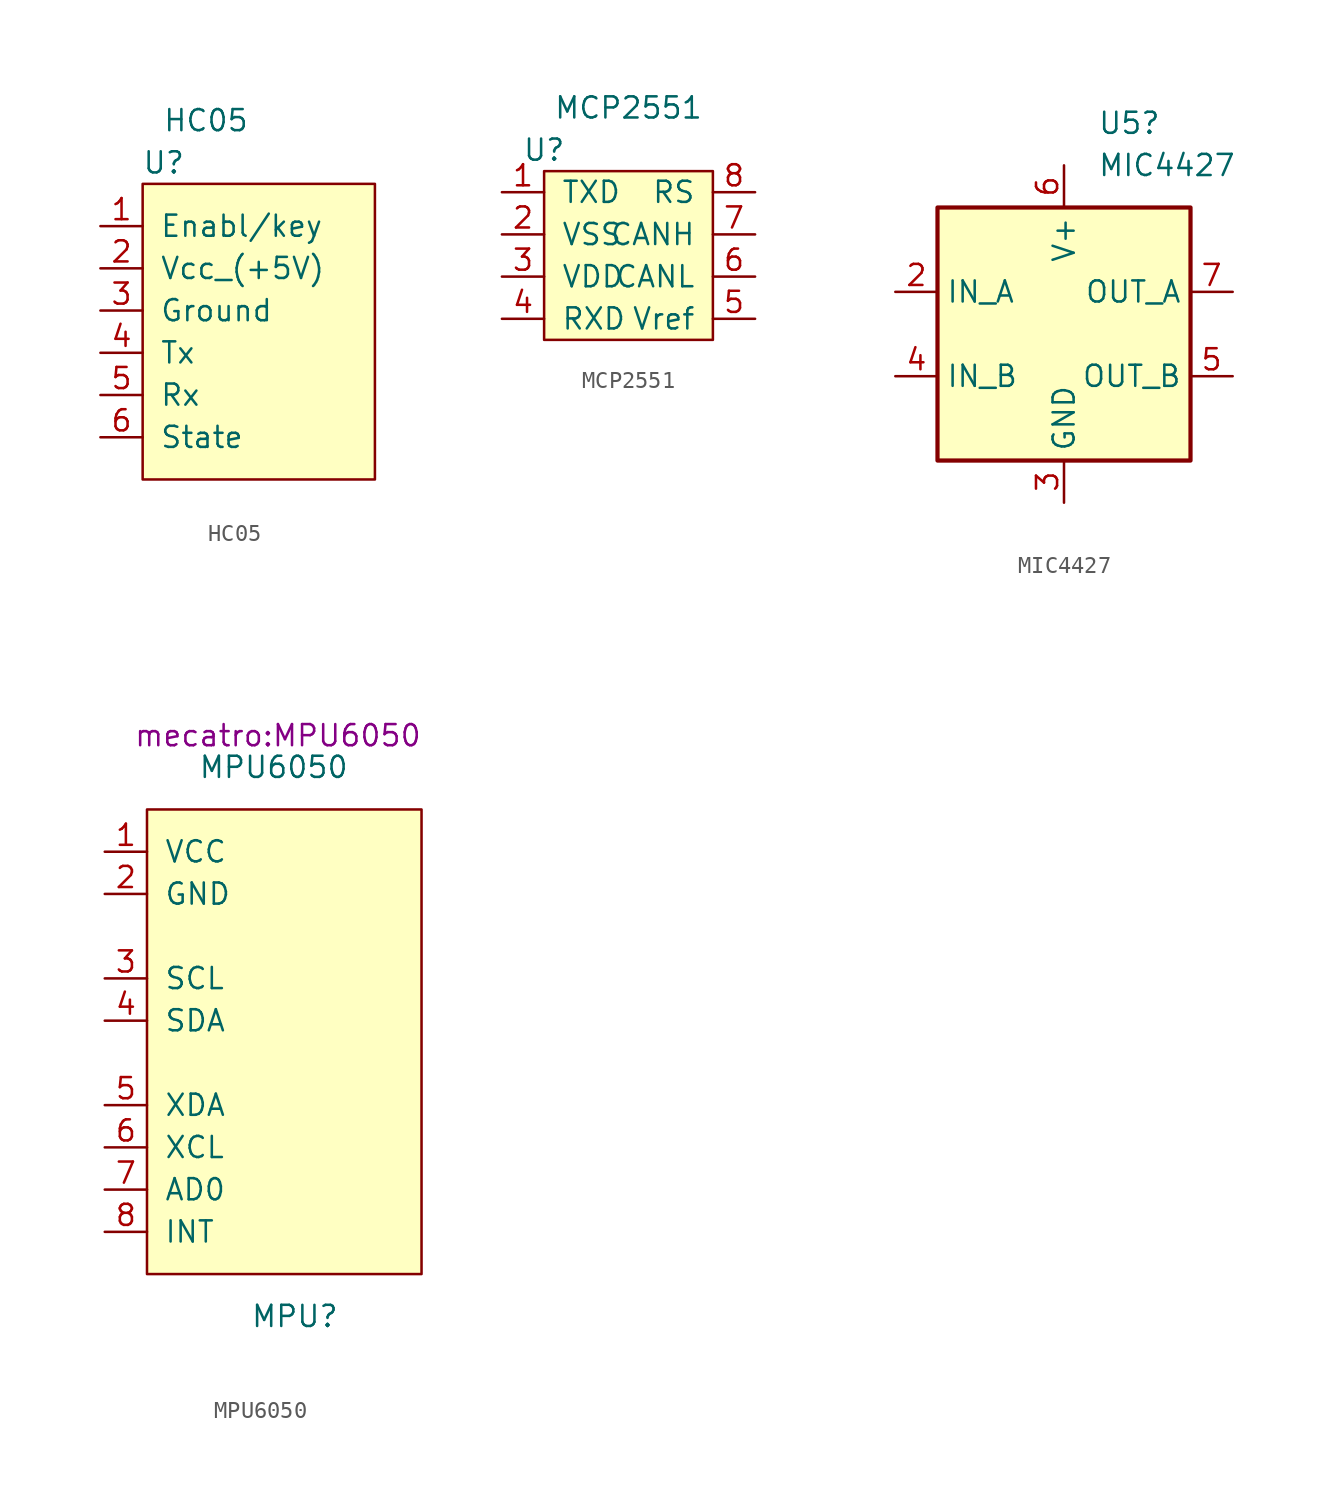
<source format=kicad_sym>
(kicad_symbol_lib
  (version 20220914)
  (generator kicad_symbol_editor)
  (symbol "HC05"
    (pin_names
      (offset 1.016))
    (property "Reference" "U"
      (at 3.81 3.81 0)
      (effects (font (size 1.27 1.27))))
    (property "Value" "HC05"
      (at 6.35 6.35 0)
      (effects (font (size 1.27 1.27))))
    (symbol "HC05_0_1"
      (rectangle (start 2.54 2.54) (end 16.51 -15.24) (stroke (width 0) (type default)) (fill (type background))))
    (symbol "HC05_1_1"
      (pin input line (at 0 0 0) (length 2.54) (name "Enabl/key" (effects (font (size 1.27 1.27)))) (number "1" (effects (font (size 1.27 1.27)))))
      (pin input line (at 0 -2.54 0) (length 2.54) (name "Vcc_(+5V)" (effects (font (size 1.27 1.27)))) (number "2" (effects (font (size 1.27 1.27)))))
      (pin output line (at 0 -5.08 0) (length 2.54) (name "Ground" (effects (font (size 1.27 1.27)))) (number "3" (effects (font (size 1.27 1.27)))))
      (pin input line (at 0 -7.62 0) (length 2.54) (name "Tx" (effects (font (size 1.27 1.27)))) (number "4" (effects (font (size 1.27 1.27)))))
      (pin input line (at 0 -10.16 0) (length 2.54) (name "Rx" (effects (font (size 1.27 1.27)))) (number "5" (effects (font (size 1.27 1.27)))))
      (pin input line (at 0 -12.7 0) (length 2.54) (name "State" (effects (font (size 1.27 1.27)))) (number "6" (effects (font (size 1.27 1.27)))))))
  (symbol "MCP2551"
    (pin_names
      (offset 1.016))
    (property "Reference" "U"
      (at 0 2.54 0)
      (effects (font (size 1.27 1.27))))
    (property "Value" "MCP2551"
      (at 5.08 5.08 0)
      (effects (font (size 1.27 1.27))))
    (symbol "MCP2551_0_1"
      (rectangle (start 0 1.27) (end 10.16 -8.89) (stroke (width 0) (type default)) (fill (type background))))
    (symbol "MCP2551_1_1"
      (pin input line (at -2.54 0 0) (length 2.54) (name "TXD" (effects (font (size 1.27 1.27)))) (number "1" (effects (font (size 1.27 1.27)))))
      (pin input line (at -2.54 -2.54 0) (length 2.54) (name "VSS" (effects (font (size 1.27 1.27)))) (number "2" (effects (font (size 1.27 1.27)))))
      (pin input line (at -2.54 -5.08 0) (length 2.54) (name "VDD" (effects (font (size 1.27 1.27)))) (number "3" (effects (font (size 1.27 1.27)))))
      (pin input line (at -2.54 -7.62 0) (length 2.54) (name "RXD" (effects (font (size 1.27 1.27)))) (number "4" (effects (font (size 1.27 1.27)))))
      (pin input line (at 12.7 -7.62 180) (length 2.54) (name "Vref" (effects (font (size 1.27 1.27)))) (number "5" (effects (font (size 1.27 1.27)))))
      (pin input line (at 12.7 -5.08 180) (length 2.54) (name "CANL" (effects (font (size 1.27 1.27)))) (number "6" (effects (font (size 1.27 1.27)))))
      (pin input line (at 12.7 -2.54 180) (length 2.54) (name "CANH" (effects (font (size 1.27 1.27)))) (number "7" (effects (font (size 1.27 1.27)))))
      (pin input line (at 12.7 0 180) (length 2.54) (name "RS" (effects (font (size 1.27 1.27)))) (number "8" (effects (font (size 1.27 1.27)))))))
  (symbol "MIC4427"
    (property "Reference" "U5"
      (at 2.019 12.7 0)
      (effects (font (size 1.27 1.27)) (justify left)))
    (property "Value" "MIC4427"
      (at 2.019 10.16 0)
      (effects (font (size 1.27 1.27)) (justify left)))
    (symbol "MIC4427_0_1"
      (rectangle (start -7.62 -7.62) (end 7.62 7.62) (stroke (width 0.254) (type default)) (fill (type background))))
    (symbol "MIC4427_1_1"
      (pin no_connect line (at -7.62 0 0) (length 2.54) hide (name "NC" (effects (font (size 1.27 1.27)))) (number "1" (effects (font (size 1.27 1.27)))))
      (pin input line (at -10.16 2.54 0) (length 2.54) (name "IN_A" (effects (font (size 1.27 1.27)))) (number "2" (effects (font (size 1.27 1.27)))))
      (pin power_in line (at 0 -10.16 90) (length 2.54) (name "GND" (effects (font (size 1.27 1.27)))) (number "3" (effects (font (size 1.27 1.27)))))
      (pin input line (at -10.16 -2.54 0) (length 2.54) (name "IN_B" (effects (font (size 1.27 1.27)))) (number "4" (effects (font (size 1.27 1.27)))))
      (pin output line (at 10.16 -2.54 180) (length 2.54) (name "OUT_B" (effects (font (size 1.27 1.27)))) (number "5" (effects (font (size 1.27 1.27)))))
      (pin power_in line (at 0 10.16 270) (length 2.54) (name "V+" (effects (font (size 1.27 1.27)))) (number "6" (effects (font (size 1.27 1.27)))))
      (pin output line (at 10.16 2.54 180) (length 2.54) (name "OUT_A" (effects (font (size 1.27 1.27)))) (number "7" (effects (font (size 1.27 1.27)))))
      (pin no_connect line (at 7.62 0 180) (length 2.54) hide (name "NC" (effects (font (size 1.27 1.27)))) (number "8" (effects (font (size 1.27 1.27)))))))
  (symbol "MPU6050"
    (pin_names
      (offset 1.016))
    (property "Reference" "MPU"
      (at 11.43 -27.94 0)
      (effects (font (size 1.27 1.27))))
    (property "Value" "MPU6050"
      (at 10.16 5.08 0)
      (effects (font (size 1.27 1.27))))
    (property "Footprint" "mecatro:MPU6050"
      (at 10.414 6.985 0)
      (effects (font (size 1.27 1.27))))
    (symbol "MPU6050_0_1"
      (rectangle (start 2.54 2.54) (end 19.05 -25.4) (stroke (width 0) (type default)) (fill (type background))))
    (symbol "MPU6050_1_1"
      (pin power_in line (at 0 0 0) (length 2.54) (name "VCC" (effects (font (size 1.27 1.27)))) (number "1" (effects (font (size 1.27 1.27)))))
      (pin power_out line (at 0 -2.54 0) (length 2.54) (name "GND" (effects (font (size 1.27 1.27)))) (number "2" (effects (font (size 1.27 1.27)))))
      (pin input line (at 0 -7.62 0) (length 2.54) (name "SCL" (effects (font (size 1.27 1.27)))) (number "3" (effects (font (size 1.27 1.27)))))
      (pin bidirectional line (at 0 -10.16 0) (length 2.54) (name "SDA" (effects (font (size 1.27 1.27)))) (number "4" (effects (font (size 1.27 1.27)))))
      (pin bidirectional line (at 0 -15.24 0) (length 2.54) (name "XDA" (effects (font (size 1.27 1.27)))) (number "5" (effects (font (size 1.27 1.27)))))
      (pin output line (at 0 -17.78 0) (length 2.54) (name "XCL" (effects (font (size 1.27 1.27)))) (number "6" (effects (font (size 1.27 1.27)))))
      (pin input line (at 0 -20.32 0) (length 2.54) (name "AD0" (effects (font (size 1.27 1.27)))) (number "7" (effects (font (size 1.27 1.27)))))
      (pin output line (at 0 -22.86 0) (length 2.54) (name "INT" (effects (font (size 1.27 1.27)))) (number "8" (effects (font (size 1.27 1.27))))))))
</source>
